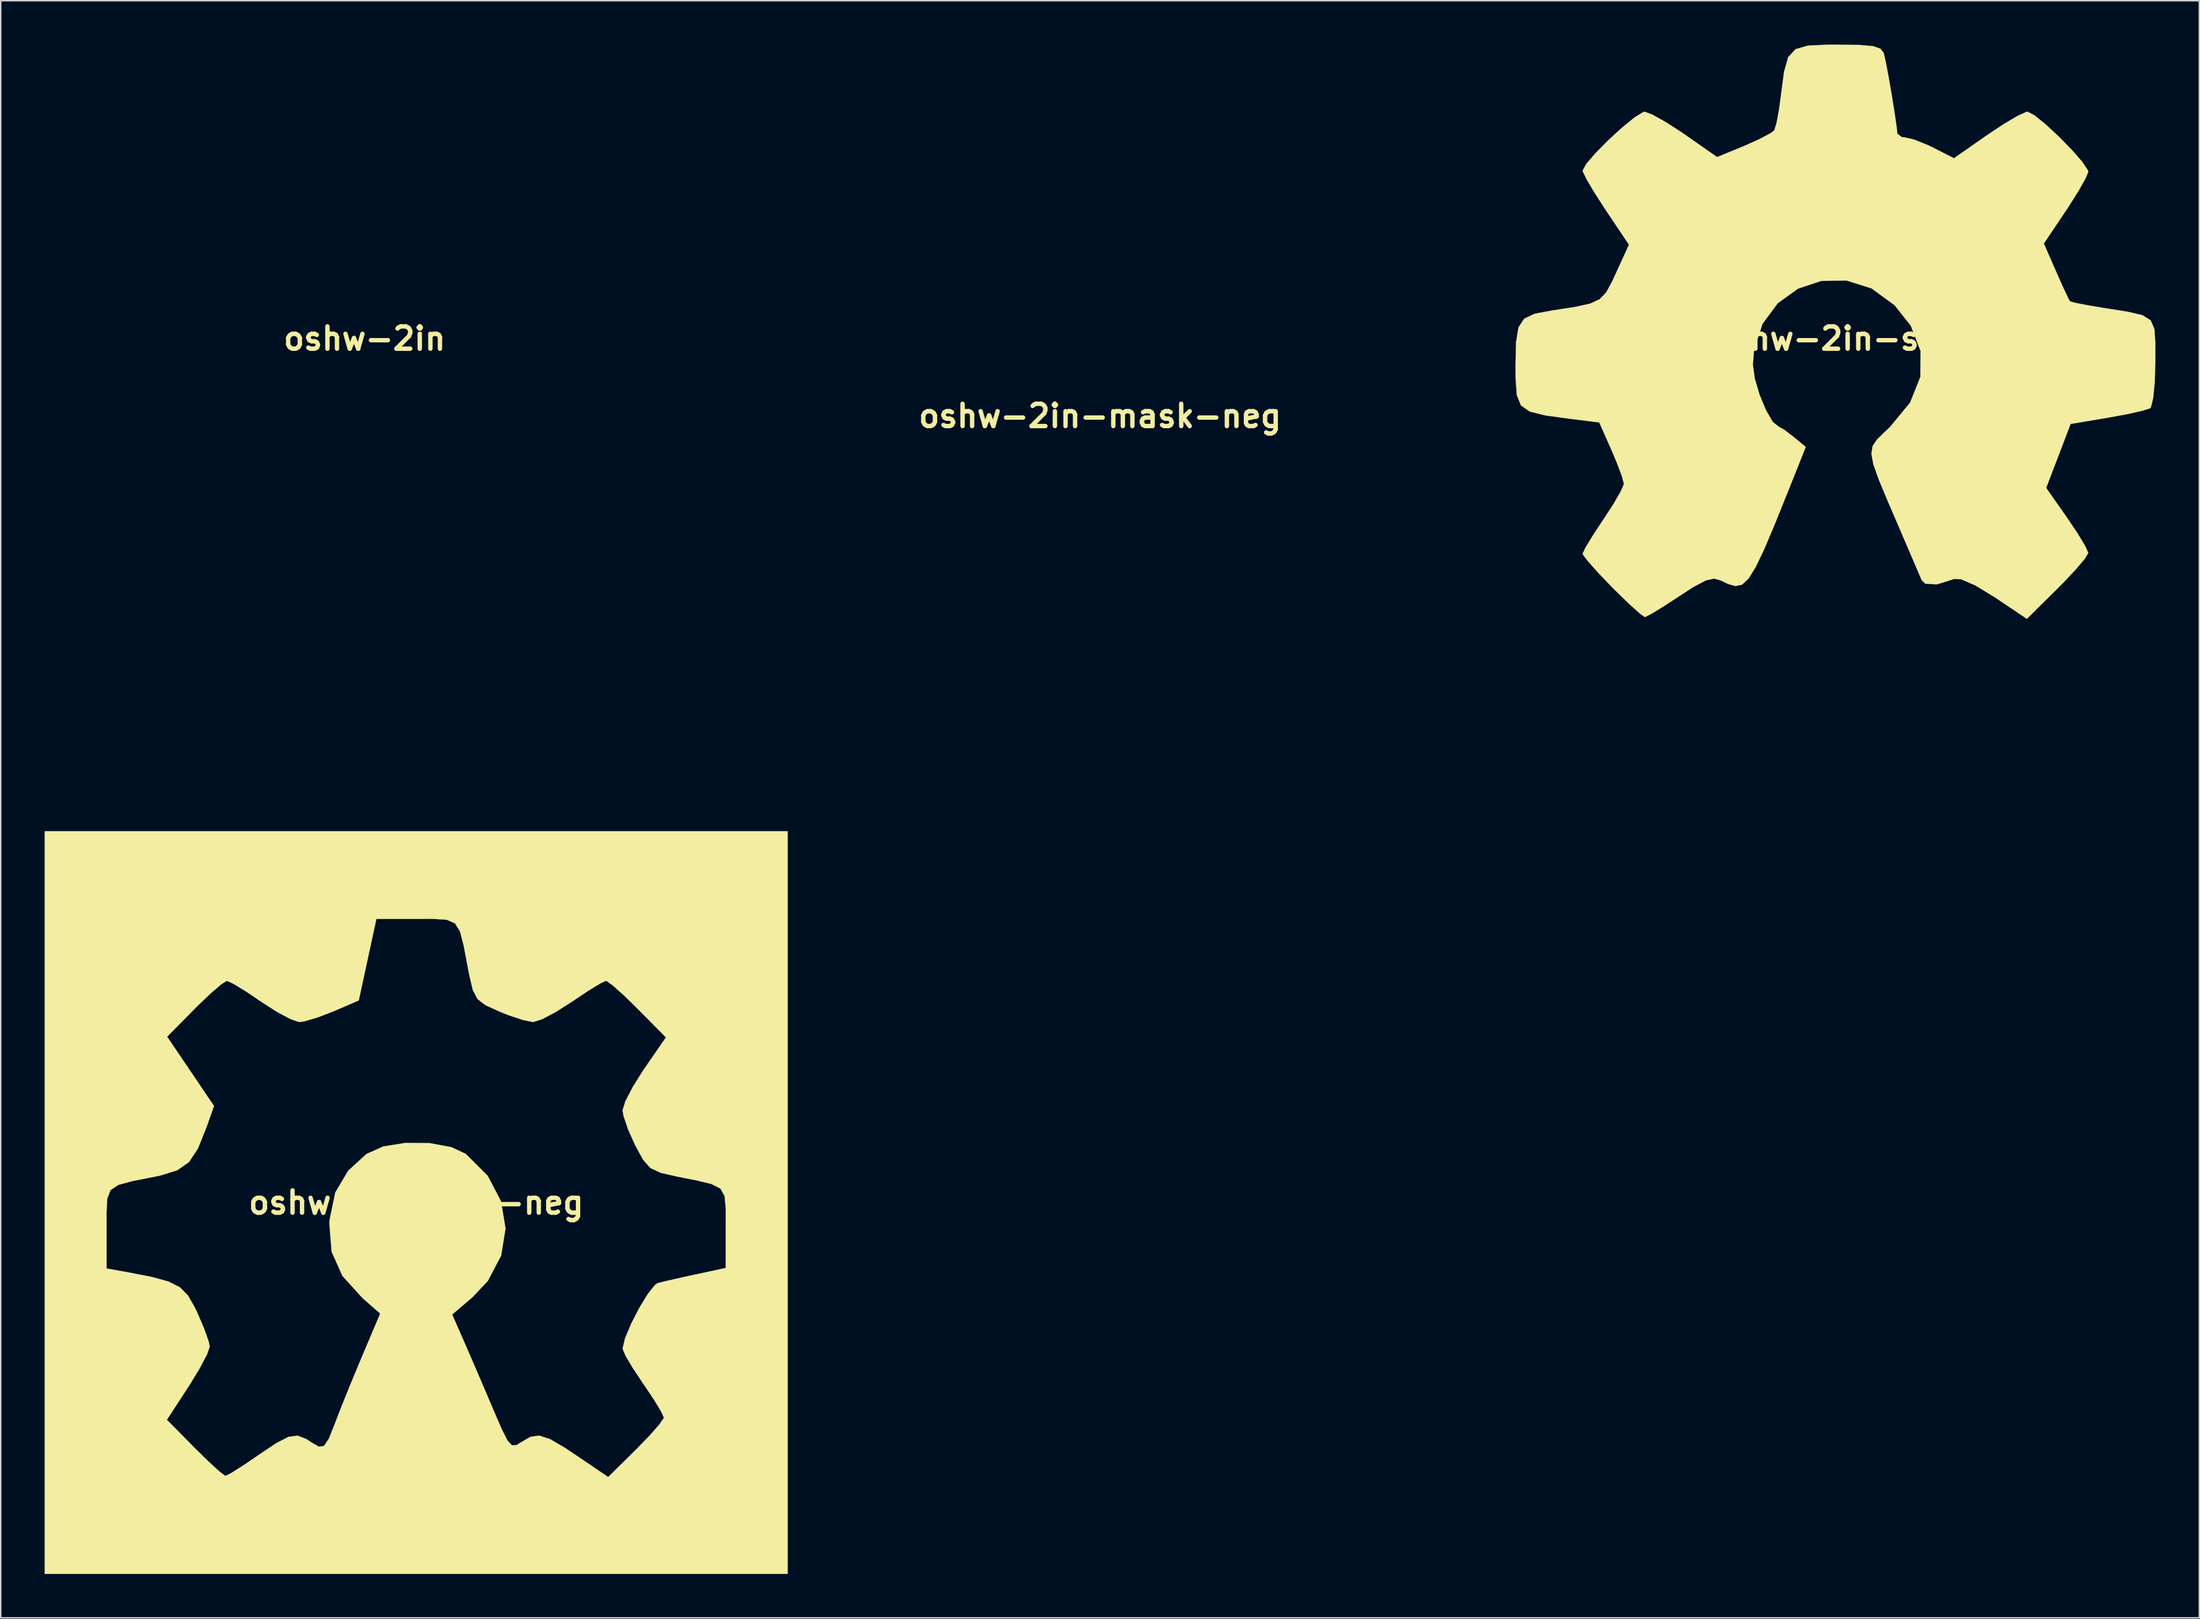
<source format=kicad_pcb>
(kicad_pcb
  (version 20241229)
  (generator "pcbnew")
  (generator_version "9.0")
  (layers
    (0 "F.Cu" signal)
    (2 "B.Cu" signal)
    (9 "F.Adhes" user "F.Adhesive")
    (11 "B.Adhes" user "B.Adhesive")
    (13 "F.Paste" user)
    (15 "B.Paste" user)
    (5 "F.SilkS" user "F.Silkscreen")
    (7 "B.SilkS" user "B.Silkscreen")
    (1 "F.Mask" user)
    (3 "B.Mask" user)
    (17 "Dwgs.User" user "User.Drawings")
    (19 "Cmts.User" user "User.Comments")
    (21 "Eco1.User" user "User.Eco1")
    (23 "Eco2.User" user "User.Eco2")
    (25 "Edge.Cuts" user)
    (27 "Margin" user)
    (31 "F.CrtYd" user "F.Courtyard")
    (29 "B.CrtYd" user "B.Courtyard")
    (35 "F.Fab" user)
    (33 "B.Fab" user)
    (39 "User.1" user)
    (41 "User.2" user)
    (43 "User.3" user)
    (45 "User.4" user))
  (footprint "oshw-2in-silk"
    (layer "F.Cu")
    (at 122.443 20.113)
    (property "Reference" "oshw-2in-silk" (at 0 0 0) (layer "F.SilkS") (effects (font (size 1.524 1.524) (thickness 0.3))))
    (attr through_hole)
    (fp_poly (pts (xy 1.647 -20.088) (xy 2.568 -20.007) (xy 3.069 -19.837) (xy 3.294 -19.552) (xy 3.314 -19.491) (xy 3.453 -18.876) (xy 3.65 -17.821) (xy 3.866 -16.566) (xy 4.061 -15.348) (xy 4.194 -14.406) (xy 4.231 -14.023) (xy 4.521 -13.79) (xy 4.777 -13.758) (xy 5.413 -13.605) (xy 6.356 -13.221) (xy 6.712 -13.048) (xy 8.104 -12.338) (xy 10.382 -13.93) (xy 11.519 -14.685) (xy 12.473 -15.247) (xy 13.069 -15.513) (xy 13.133 -15.522) (xy 13.602 -15.28) (xy 14.369 -14.659) (xy 15.277 -13.816) (xy 16.167 -12.906) (xy 16.881 -12.087) (xy 17.261 -11.515) (xy 17.286 -11.413) (xy 17.101 -10.954) (xy 16.611 -10.087) (xy 15.914 -8.985) (xy 15.768 -8.765) (xy 14.249 -6.501) (xy 15.093 -4.573) (xy 15.557 -3.532) (xy 15.903 -2.793) (xy 16.036 -2.546) (xy 16.408 -2.444) (xy 17.283 -2.275) (xy 18.386 -2.091) (xy 19.965 -1.842) (xy 20.979 -1.607) (xy 21.552 -1.253) (xy 21.809 -0.65) (xy 21.874 0.336) (xy 21.872 1.59) (xy 21.832 2.969) (xy 21.725 4.063) (xy 21.572 4.691) (xy 21.513 4.766) (xy 21.007 4.93) (xy 20.011 5.155) (xy 18.732 5.393) (xy 18.617 5.413) (xy 16.08 5.838) (xy 15.244 8.026) (xy 14.408 10.215) (xy 15.847 12.267) (xy 16.56 13.329) (xy 17.075 14.184) (xy 17.285 14.655) (xy 17.286 14.667) (xy 17.051 15.06) (xy 16.423 15.801) (xy 15.524 16.754) (xy 15.187 17.092) (xy 13.089 19.169) (xy 10.883 17.688) (xy 9.566 16.885) (xy 8.596 16.465) (xy 8.131 16.439) (xy 6.941 16.81) (xy 6.148 16.768) (xy 5.896 16.524) (xy 5.674 16.004) (xy 5.248 15.01) (xy 4.693 13.717) (xy 4.409 13.053) (xy 3.553 11.064) (xy 2.95 9.615) (xy 2.589 8.589) (xy 2.457 7.872) (xy 2.544 7.349) (xy 2.838 6.904) (xy 3.328 6.422) (xy 3.719 6.06) (xy 5.103 4.38) (xy 5.805 2.625) (xy 5.821 0.852) (xy 5.151 -0.884) (xy 4.044 -2.282) (xy 2.468 -3.433) (xy 0.762 -3.972) (xy -0.954 -3.95) (xy -2.563 -3.415) (xy -3.946 -2.418) (xy -4.986 -1.007) (xy -5.565 0.767) (xy -5.644 1.79) (xy -5.516 2.731) (xy -5.188 3.838) (xy -4.75 4.896) (xy -4.29 5.692) (xy -3.904 6.009) (xy -3.519 6.22) (xy -2.873 6.713) (xy -2.867 6.718) (xy -2.03 7.415) (xy -3.19 10.322) (xy -4.131 12.66) (xy -4.87 14.411) (xy -5.459 15.643) (xy -5.948 16.426) (xy -6.391 16.831) (xy -6.839 16.928) (xy -7.344 16.785) (xy -7.813 16.553) (xy -8.288 16.414) (xy -8.876 16.546) (xy -9.736 17.006) (xy -10.667 17.611) (xy -11.738 18.311) (xy -12.575 18.823) (xy -13.013 19.047) (xy -13.031 19.05) (xy -13.364 18.816) (xy -14.056 18.195) (xy -14.975 17.305) (xy -15.269 17.011) (xy -16.205 16.036) (xy -16.91 15.244) (xy -17.265 14.772) (xy -17.286 14.714) (xy -17.101 14.315) (xy -16.612 13.507) (xy -15.925 12.461) (xy -15.875 12.389) (xy -15.175 11.311) (xy -14.67 10.436) (xy -14.464 9.945) (xy -14.464 9.933) (xy -14.598 9.42) (xy -14.946 8.493) (xy -15.306 7.64) (xy -16.149 5.736) (xy -18.194 5.48) (xy -19.83 5.257) (xy -20.891 4.996) (xy -21.501 4.572) (xy -21.785 3.863) (xy -21.867 2.742) (xy -21.872 1.816) (xy -21.838 0.246) (xy -21.672 -0.766) (xy -21.277 -1.367) (xy -20.555 -1.702) (xy -19.411 -1.918) (xy -19.403 -1.919) (xy -17.826 -2.162) (xy -16.786 -2.388) (xy -16.12 -2.694) (xy -15.668 -3.171) (xy -15.267 -3.914) (xy -15.01 -4.472) (xy -14.116 -6.424) (xy -15.701 -8.787) (xy -16.442 -9.931) (xy -16.998 -10.867) (xy -17.273 -11.43) (xy -17.286 -11.496) (xy -17.037 -11.951) (xy -16.398 -12.694) (xy -15.529 -13.572) (xy -14.591 -14.433) (xy -13.745 -15.124) (xy -13.152 -15.493) (xy -13.042 -15.518) (xy -12.517 -15.324) (xy -11.607 -14.815) (xy -10.492 -14.095) (xy -10.307 -13.966) (xy -8.09 -12.418) (xy -6.25 -13.176) (xy -5.2 -13.645) (xy -4.435 -14.052) (xy -4.186 -14.242) (xy -4.03 -14.735) (xy -3.852 -15.702) (xy -3.719 -16.695) (xy -3.516 -18.25) (xy -3.235 -19.243) (xy -2.732 -19.799) (xy -1.865 -20.045) (xy -0.487 -20.107) (xy 0.165 -20.108) (xy 1.647 -20.088)) (stroke (width 0.01) (type solid)) (fill yes) (layer "F.SilkS")))
  (footprint "oshw-2in-mask-neg"
    (layer "F.Cu")
    (at 72.161 25.405)
    (property "Reference" "oshw-2in-mask-neg" (at 0 0 0) (layer "F.SilkS") (effects (font (size 1.524 1.524) (thickness 0.3))))
    (attr through_hole)
    (fp_poly (pts (xy 25.4 25.4) (xy -25.4 25.4) (xy -25.4 0.695) (xy -21.171 0.695) (xy -21.167 1.748) (xy -21.167 4.508) (xy -19.844 4.745) (xy -18.119 5.077) (xy -16.94 5.398) (xy -16.153 5.794) (xy -15.604 6.353) (xy -15.14 7.163) (xy -14.971 7.517) (xy -14.501 8.609) (xy -14.19 9.491) (xy -14.115 9.853) (xy -14.296 10.378) (xy -14.778 11.299) (xy -15.463 12.431) (xy -15.577 12.608) (xy -17.044 14.859) (xy -15.149 16.778) (xy -14.219 17.693) (xy -13.479 18.371) (xy -13.066 18.688) (xy -13.035 18.697) (xy -12.658 18.509) (xy -11.874 18.015) (xy -10.85 17.319) (xy -10.803 17.286) (xy -9.577 16.462) (xy -8.738 16.028) (xy -8.112 15.943) (xy -7.528 16.166) (xy -7.157 16.408) (xy -6.656 16.7) (xy -6.3 16.648) (xy -5.97 16.149) (xy -5.55 15.097) (xy -5.486 14.924) (xy -5.12 13.979) (xy -4.575 12.628) (xy -3.948 11.112) (xy -3.727 10.587) (xy -2.461 7.592) (xy -3.673 6.53) (xy -5.05 5.008) (xy -5.783 3.356) (xy -5.936 1.425) (xy -5.918 1.162) (xy -5.531 -0.695) (xy -4.645 -2.185) (xy -3.392 -3.33) (xy -2.255 -3.837) (xy -0.73 -4.083) (xy 0.914 -4.068) (xy 2.408 -3.793) (xy 3.392 -3.33) (xy 4.894 -1.828) (xy 5.802 -0.086) (xy 6.109 1.773) (xy 5.809 3.63) (xy 4.898 5.361) (xy 3.869 6.454) (xy 2.462 7.659) (xy 3.297 9.562) (xy 3.856 10.849) (xy 4.547 12.456) (xy 5.228 14.056) (xy 5.284 14.189) (xy 5.854 15.508) (xy 6.246 16.279) (xy 6.55 16.606) (xy 6.854 16.592) (xy 7.177 16.394) (xy 7.812 16.026) (xy 8.412 15.94) (xy 9.142 16.176) (xy 10.168 16.776) (xy 10.993 17.325) (xy 13.128 18.775) (xy 15.031 16.896) (xy 15.943 15.957) (xy 16.617 15.191) (xy 16.926 14.743) (xy 16.933 14.708) (xy 16.744 14.284) (xy 16.246 13.464) (xy 15.546 12.422) (xy 15.522 12.388) (xy 14.816 11.33) (xy 14.31 10.473) (xy 14.111 9.998) (xy 14.111 9.993) (xy 14.276 9.292) (xy 14.695 8.292) (xy 15.254 7.205) (xy 15.839 6.245) (xy 16.335 5.626) (xy 16.51 5.511) (xy 17.173 5.347) (xy 18.253 5.101) (xy 19.138 4.908) (xy 21.167 4.474) (xy 21.167 1.732) (xy 21.168 0.412) (xy 21.088 -0.439) (xy 20.8 -0.956) (xy 20.178 -1.275) (xy 19.093 -1.532) (xy 17.896 -1.766) (xy 16.729 -2.031) (xy 16.015 -2.362) (xy 15.509 -2.936) (xy 14.986 -3.895) (xy 14.491 -4.994) (xy 14.174 -5.933) (xy 14.111 -6.312) (xy 14.304 -6.932) (xy 14.811 -7.914) (xy 15.527 -9.056) (xy 15.593 -9.152) (xy 17.075 -11.299) (xy 15.164 -13.234) (xy 14.222 -14.155) (xy 13.461 -14.838) (xy 13.018 -15.159) (xy 12.98 -15.169) (xy 12.574 -14.982) (xy 11.765 -14.488) (xy 10.726 -13.794) (xy 10.675 -13.759) (xy 9.565 -13.049) (xy 8.606 -12.542) (xy 8.004 -12.348) (xy 8.003 -12.348) (xy 7.32 -12.482) (xy 6.29 -12.826) (xy 5.662 -13.079) (xy 4.729 -13.509) (xy 4.182 -13.931) (xy 3.865 -14.559) (xy 3.621 -15.609) (xy 3.548 -15.989) (xy 3.254 -17.545) (xy 2.999 -18.54) (xy 2.655 -19.099) (xy 2.093 -19.346) (xy 1.185 -19.406) (xy 0.027 -19.403) (xy -2.72 -19.403) (xy -3.323 -16.614) (xy -3.925 -13.826) (xy -5.644 -13.087) (xy -6.743 -12.663) (xy -7.655 -12.395) (xy -7.988 -12.347) (xy -8.579 -12.541) (xy -9.528 -13.049) (xy -10.624 -13.758) (xy -11.67 -14.463) (xy -12.499 -14.968) (xy -12.939 -15.169) (xy -12.945 -15.169) (xy -13.324 -14.935) (xy -14.046 -14.314) (xy -14.967 -13.433) (xy -15.14 -13.259) (xy -17.027 -11.348) (xy -13.822 -6.61) (xy -14.333 -5.163) (xy -14.918 -3.703) (xy -15.53 -2.772) (xy -16.341 -2.207) (xy -17.521 -1.844) (xy -17.894 -1.767) (xy -19.41 -1.468) (xy -20.369 -1.208) (xy -20.897 -0.851) (xy -21.122 -0.262) (xy -21.171 0.695) (xy -25.4 0.695) (xy -25.4 -25.4) (xy 25.4 -25.4) (xy 25.4 25.4)) (stroke (width 0.01) (type solid)) (fill yes) (layer "F.Mask")))
  (footprint "oshw-2in"
    (layer "F.Cu")
    (at 21.877 20.113)
    (property "Reference" "oshw-2in" (at 0 0 0) (layer "F.SilkS") (effects (font (size 1.524 1.524) (thickness 0.3))))
    (attr through_hole)
    (fp_poly (pts (xy 1.647 -20.088) (xy 2.568 -20.007) (xy 3.069 -19.837) (xy 3.294 -19.552) (xy 3.314 -19.491) (xy 3.453 -18.876) (xy 3.65 -17.821) (xy 3.866 -16.566) (xy 4.061 -15.348) (xy 4.194 -14.406) (xy 4.231 -14.023) (xy 4.521 -13.79) (xy 4.777 -13.758) (xy 5.413 -13.605) (xy 6.356 -13.221) (xy 6.712 -13.048) (xy 8.104 -12.338) (xy 10.382 -13.93) (xy 11.519 -14.685) (xy 12.473 -15.247) (xy 13.069 -15.513) (xy 13.133 -15.522) (xy 13.602 -15.28) (xy 14.369 -14.659) (xy 15.277 -13.816) (xy 16.167 -12.906) (xy 16.881 -12.087) (xy 17.261 -11.515) (xy 17.286 -11.413) (xy 17.101 -10.954) (xy 16.611 -10.087) (xy 15.914 -8.985) (xy 15.768 -8.765) (xy 14.249 -6.501) (xy 15.093 -4.573) (xy 15.557 -3.532) (xy 15.903 -2.793) (xy 16.036 -2.546) (xy 16.408 -2.444) (xy 17.283 -2.275) (xy 18.386 -2.091) (xy 19.965 -1.842) (xy 20.979 -1.607) (xy 21.552 -1.253) (xy 21.809 -0.65) (xy 21.874 0.336) (xy 21.872 1.59) (xy 21.832 2.969) (xy 21.725 4.063) (xy 21.572 4.691) (xy 21.513 4.766) (xy 21.007 4.93) (xy 20.011 5.155) (xy 18.732 5.393) (xy 18.617 5.413) (xy 16.08 5.838) (xy 15.244 8.026) (xy 14.408 10.215) (xy 15.847 12.267) (xy 16.56 13.329) (xy 17.075 14.184) (xy 17.285 14.655) (xy 17.286 14.667) (xy 17.051 15.06) (xy 16.423 15.801) (xy 15.524 16.754) (xy 15.187 17.092) (xy 13.089 19.169) (xy 10.883 17.688) (xy 9.566 16.885) (xy 8.596 16.465) (xy 8.131 16.439) (xy 6.941 16.81) (xy 6.148 16.768) (xy 5.896 16.524) (xy 5.674 16.004) (xy 5.248 15.01) (xy 4.693 13.717) (xy 4.409 13.053) (xy 3.553 11.064) (xy 2.95 9.615) (xy 2.589 8.589) (xy 2.457 7.872) (xy 2.544 7.349) (xy 2.838 6.904) (xy 3.328 6.422) (xy 3.719 6.06) (xy 5.103 4.38) (xy 5.805 2.625) (xy 5.821 0.852) (xy 5.151 -0.884) (xy 4.044 -2.282) (xy 2.468 -3.433) (xy 0.762 -3.972) (xy -0.954 -3.95) (xy -2.563 -3.415) (xy -3.946 -2.418) (xy -4.986 -1.007) (xy -5.565 0.767) (xy -5.644 1.79) (xy -5.516 2.731) (xy -5.188 3.838) (xy -4.75 4.896) (xy -4.29 5.692) (xy -3.904 6.009) (xy -3.519 6.22) (xy -2.873 6.713) (xy -2.867 6.718) (xy -2.03 7.415) (xy -3.19 10.322) (xy -4.131 12.66) (xy -4.87 14.411) (xy -5.459 15.643) (xy -5.948 16.426) (xy -6.391 16.831) (xy -6.839 16.928) (xy -7.344 16.785) (xy -7.813 16.553) (xy -8.288 16.414) (xy -8.876 16.546) (xy -9.736 17.006) (xy -10.667 17.611) (xy -11.738 18.311) (xy -12.575 18.823) (xy -13.013 19.047) (xy -13.031 19.05) (xy -13.364 18.816) (xy -14.056 18.195) (xy -14.975 17.305) (xy -15.269 17.011) (xy -16.205 16.036) (xy -16.91 15.244) (xy -17.265 14.772) (xy -17.286 14.714) (xy -17.101 14.315) (xy -16.612 13.507) (xy -15.925 12.461) (xy -15.875 12.389) (xy -15.175 11.311) (xy -14.67 10.436) (xy -14.464 9.945) (xy -14.464 9.933) (xy -14.598 9.42) (xy -14.946 8.493) (xy -15.306 7.64) (xy -16.149 5.736) (xy -18.194 5.48) (xy -19.83 5.257) (xy -20.891 4.996) (xy -21.501 4.572) (xy -21.785 3.863) (xy -21.867 2.742) (xy -21.872 1.816) (xy -21.838 0.246) (xy -21.672 -0.766) (xy -21.277 -1.367) (xy -20.555 -1.702) (xy -19.411 -1.918) (xy -19.403 -1.919) (xy -17.826 -2.162) (xy -16.786 -2.388) (xy -16.12 -2.694) (xy -15.668 -3.171) (xy -15.267 -3.914) (xy -15.01 -4.472) (xy -14.116 -6.424) (xy -15.701 -8.787) (xy -16.442 -9.931) (xy -16.998 -10.867) (xy -17.273 -11.43) (xy -17.286 -11.496) (xy -17.037 -11.951) (xy -16.398 -12.694) (xy -15.529 -13.572) (xy -14.591 -14.433) (xy -13.745 -15.124) (xy -13.152 -15.493) (xy -13.042 -15.518) (xy -12.517 -15.324) (xy -11.607 -14.815) (xy -10.492 -14.095) (xy -10.307 -13.966) (xy -8.09 -12.418) (xy -6.25 -13.176) (xy -5.2 -13.645) (xy -4.435 -14.052) (xy -4.186 -14.242) (xy -4.03 -14.735) (xy -3.852 -15.702) (xy -3.719 -16.695) (xy -3.516 -18.25) (xy -3.235 -19.243) (xy -2.732 -19.799) (xy -1.865 -20.045) (xy -0.487 -20.107) (xy 0.165 -20.108) (xy 1.647 -20.088)) (stroke (width 0.01) (type solid)) (fill yes) (layer "F.Mask")))
  (footprint "oshw-2in-silk-neg"
    (layer "F.Cu")
    (at 25.405 79.215)
    (property "Reference" "oshw-2in-silk-neg" (at 0 0 0) (layer "F.SilkS") (effects (font (size 1.524 1.524) (thickness 0.3))))
    (attr through_hole)
    (fp_poly (pts (xy 25.4 25.4) (xy -25.4 25.4) (xy -25.4 0.695) (xy -21.171 0.695) (xy -21.167 1.748) (xy -21.167 4.508) (xy -19.844 4.745) (xy -18.119 5.077) (xy -16.94 5.398) (xy -16.153 5.794) (xy -15.604 6.353) (xy -15.14 7.163) (xy -14.971 7.517) (xy -14.501 8.609) (xy -14.19 9.491) (xy -14.115 9.853) (xy -14.296 10.378) (xy -14.778 11.299) (xy -15.463 12.431) (xy -15.577 12.608) (xy -17.044 14.859) (xy -15.149 16.778) (xy -14.219 17.693) (xy -13.479 18.371) (xy -13.066 18.688) (xy -13.035 18.697) (xy -12.658 18.509) (xy -11.874 18.015) (xy -10.85 17.319) (xy -10.803 17.286) (xy -9.577 16.462) (xy -8.738 16.028) (xy -8.112 15.943) (xy -7.528 16.166) (xy -7.157 16.408) (xy -6.656 16.7) (xy -6.3 16.648) (xy -5.97 16.149) (xy -5.55 15.097) (xy -5.486 14.924) (xy -5.12 13.979) (xy -4.575 12.628) (xy -3.948 11.112) (xy -3.727 10.587) (xy -2.461 7.592) (xy -3.673 6.53) (xy -5.05 5.008) (xy -5.783 3.356) (xy -5.936 1.425) (xy -5.918 1.162) (xy -5.531 -0.695) (xy -4.645 -2.185) (xy -3.392 -3.33) (xy -2.255 -3.837) (xy -0.73 -4.083) (xy 0.914 -4.068) (xy 2.408 -3.793) (xy 3.392 -3.33) (xy 4.894 -1.828) (xy 5.802 -0.086) (xy 6.109 1.773) (xy 5.809 3.63) (xy 4.898 5.361) (xy 3.869 6.454) (xy 2.462 7.659) (xy 3.297 9.562) (xy 3.856 10.849) (xy 4.547 12.456) (xy 5.228 14.056) (xy 5.284 14.189) (xy 5.854 15.508) (xy 6.246 16.279) (xy 6.55 16.606) (xy 6.854 16.592) (xy 7.177 16.394) (xy 7.812 16.026) (xy 8.412 15.94) (xy 9.142 16.176) (xy 10.168 16.776) (xy 10.993 17.325) (xy 13.128 18.775) (xy 15.031 16.896) (xy 15.943 15.957) (xy 16.617 15.191) (xy 16.926 14.743) (xy 16.933 14.708) (xy 16.744 14.284) (xy 16.246 13.464) (xy 15.546 12.422) (xy 15.522 12.388) (xy 14.816 11.33) (xy 14.31 10.473) (xy 14.111 9.998) (xy 14.111 9.993) (xy 14.276 9.292) (xy 14.695 8.292) (xy 15.254 7.205) (xy 15.839 6.245) (xy 16.335 5.626) (xy 16.51 5.511) (xy 17.173 5.347) (xy 18.253 5.101) (xy 19.138 4.908) (xy 21.167 4.474) (xy 21.167 1.732) (xy 21.168 0.412) (xy 21.088 -0.439) (xy 20.8 -0.956) (xy 20.178 -1.275) (xy 19.093 -1.532) (xy 17.896 -1.766) (xy 16.729 -2.031) (xy 16.015 -2.362) (xy 15.509 -2.936) (xy 14.986 -3.895) (xy 14.491 -4.994) (xy 14.174 -5.933) (xy 14.111 -6.312) (xy 14.304 -6.932) (xy 14.811 -7.914) (xy 15.527 -9.056) (xy 15.593 -9.152) (xy 17.075 -11.299) (xy 15.164 -13.234) (xy 14.222 -14.155) (xy 13.461 -14.838) (xy 13.018 -15.159) (xy 12.98 -15.169) (xy 12.574 -14.982) (xy 11.765 -14.488) (xy 10.726 -13.794) (xy 10.675 -13.759) (xy 9.565 -13.049) (xy 8.606 -12.542) (xy 8.004 -12.348) (xy 8.003 -12.348) (xy 7.32 -12.482) (xy 6.29 -12.826) (xy 5.662 -13.079) (xy 4.729 -13.509) (xy 4.182 -13.931) (xy 3.865 -14.559) (xy 3.621 -15.609) (xy 3.548 -15.989) (xy 3.254 -17.545) (xy 2.999 -18.54) (xy 2.655 -19.099) (xy 2.093 -19.346) (xy 1.185 -19.406) (xy 0.027 -19.403) (xy -2.72 -19.403) (xy -3.323 -16.614) (xy -3.925 -13.826) (xy -5.644 -13.087) (xy -6.743 -12.663) (xy -7.655 -12.395) (xy -7.988 -12.347) (xy -8.579 -12.541) (xy -9.528 -13.049) (xy -10.624 -13.758) (xy -11.67 -14.463) (xy -12.499 -14.968) (xy -12.939 -15.169) (xy -12.945 -15.169) (xy -13.324 -14.935) (xy -14.046 -14.314) (xy -14.967 -13.433) (xy -15.14 -13.259) (xy -17.027 -11.348) (xy -13.822 -6.61) (xy -14.333 -5.163) (xy -14.918 -3.703) (xy -15.53 -2.772) (xy -16.341 -2.207) (xy -17.521 -1.844) (xy -17.894 -1.767) (xy -19.41 -1.468) (xy -20.369 -1.208) (xy -20.897 -0.851) (xy -21.122 -0.262) (xy -21.171 0.695) (xy -25.4 0.695) (xy -25.4 -25.4) (xy 25.4 -25.4) (xy 25.4 25.4)) (stroke (width 0.01) (type solid)) (fill yes) (layer "F.SilkS")))
  (gr_rect
    (start -3 -3)
    (end 147.323 107.62)
    (stroke (width 0.1) (type default))
    (fill no)
    (layer "Edge.Cuts")))
</source>
